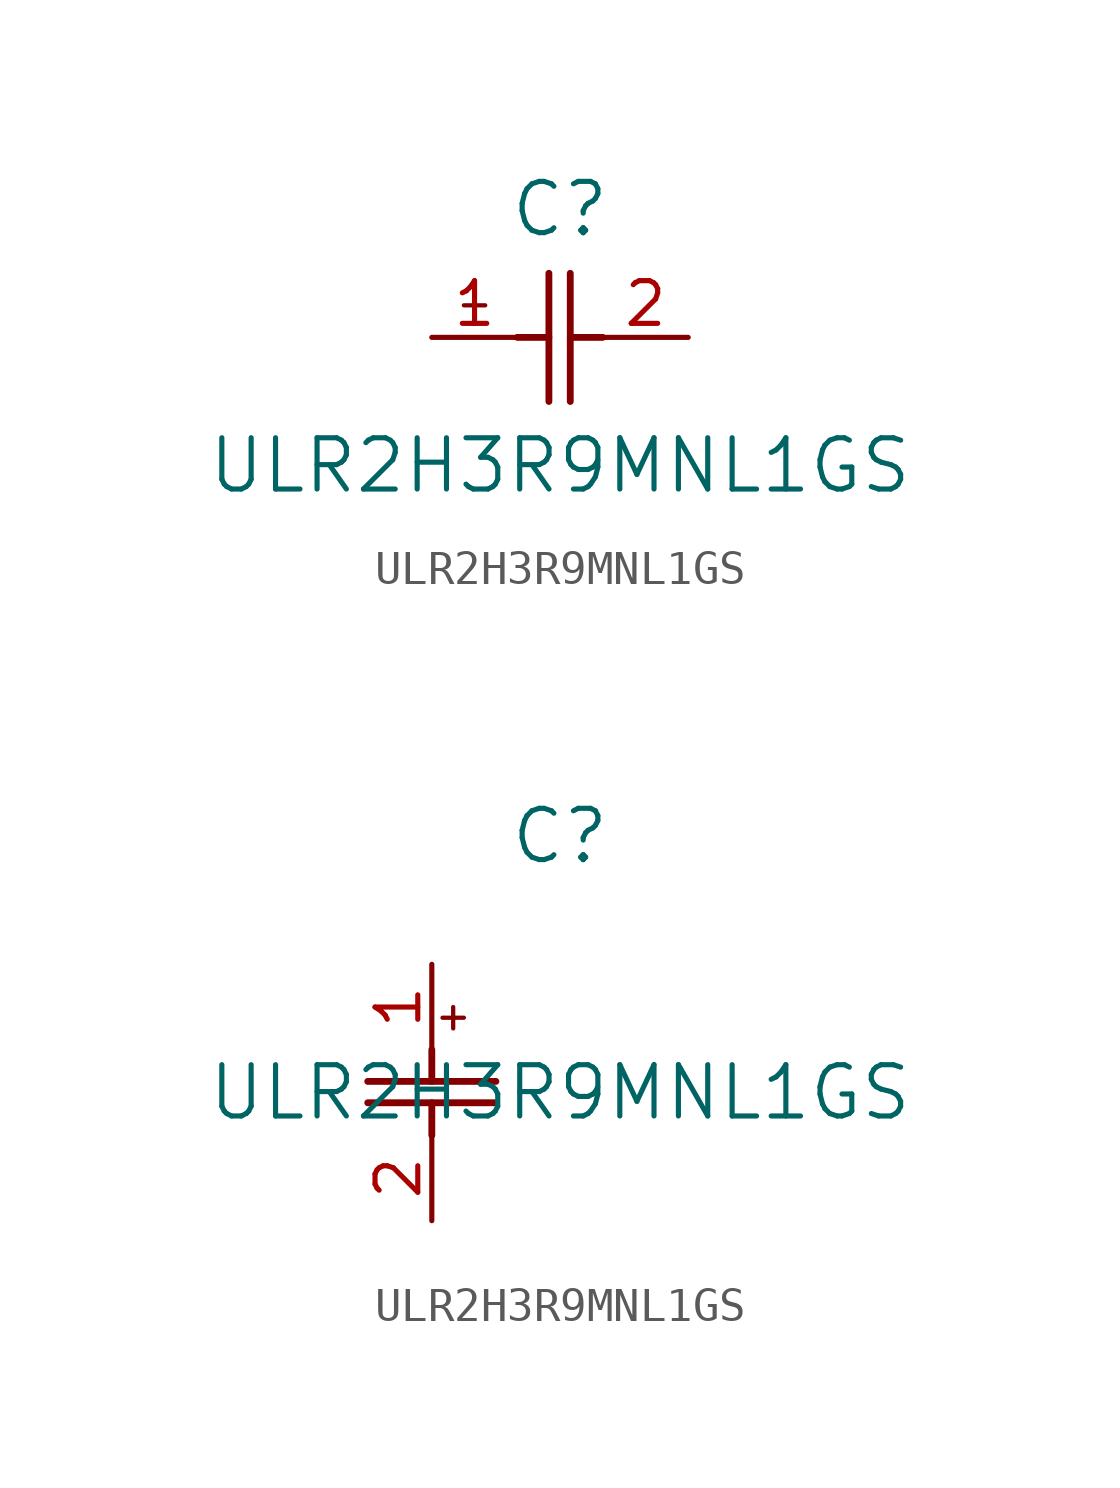
<source format=kicad_sym>
(kicad_symbol_lib
  (version 20211014)
  (generator kicad_symbol_editor)
  (symbol "ULR2H3R9MNL1GS"
    (pin_names
      (offset 0.254))
    (property "Reference" "C"
      (at 3.81 3.81 0)
      (effects (font (size 1.524 1.524))))
    (property "Value" "ULR2H3R9MNL1GS"
      (at 3.81 -3.81 0)
      (effects (font (size 1.524 1.524))))
    (symbol "ULR2H3R9MNL1GS_1_1"
      (polyline (pts (xy 3.48 -1.905) (xy 3.48 1.905)) (stroke (width 0.203) (type default) (color 0 0 0 0)) (fill (type none)))
      (polyline (pts (xy 4.115 -1.905) (xy 4.115 1.905)) (stroke (width 0.203) (type default) (color 0 0 0 0)) (fill (type none)))
      (polyline (pts (xy 4.115 0) (xy 5.08 0)) (stroke (width 0.203) (type default) (color 0 0 0 0)) (fill (type none)))
      (polyline (pts (xy 2.54 0) (xy 3.48 0)) (stroke (width 0.203) (type default) (color 0 0 0 0)) (fill (type none)))
      (polyline (pts (xy 1.27 1.27) (xy 1.27 0.635)) (stroke (width 0.127) (type default) (color 0 0 0 0)) (fill (type none)))
      (polyline (pts (xy 0.953 0.953) (xy 1.587 0.953)) (stroke (width 0.127) (type default) (color 0 0 0 0)) (fill (type none)))
      (pin unspecified line (at 0 0 0) (length 2.54) (name "" (effects (font (size 1.27 1.27)))) (number "1" (effects (font (size 1.27 1.27)))))
      (pin unspecified line (at 7.62 0 180) (length 2.54) (name "" (effects (font (size 1.27 1.27)))) (number "2" (effects (font (size 1.27 1.27))))))
    (symbol "ULR2H3R9MNL1GS_1_2"
      (polyline (pts (xy -1.905 -3.48) (xy 1.905 -3.48)) (stroke (width 0.203) (type default) (color 0 0 0 0)) (fill (type none)))
      (polyline (pts (xy -1.905 -4.115) (xy 1.905 -4.115)) (stroke (width 0.203) (type default) (color 0 0 0 0)) (fill (type none)))
      (polyline (pts (xy 0 -4.115) (xy 0 -5.08)) (stroke (width 0.203) (type default) (color 0 0 0 0)) (fill (type none)))
      (polyline (pts (xy 0 -2.54) (xy 0 -3.48)) (stroke (width 0.203) (type default) (color 0 0 0 0)) (fill (type none)))
      (polyline (pts (xy 0.635 -1.27) (xy 0.635 -1.905)) (stroke (width 0.127) (type default) (color 0 0 0 0)) (fill (type none)))
      (polyline (pts (xy 0.318 -1.587) (xy 0.953 -1.587)) (stroke (width 0.127) (type default) (color 0 0 0 0)) (fill (type none)))
      (pin unspecified line (at 0 0 270) (length 2.54) (name "" (effects (font (size 1.27 1.27)))) (number "1" (effects (font (size 1.27 1.27)))))
      (pin unspecified line (at 0 -7.62 90) (length 2.54) (name "" (effects (font (size 1.27 1.27)))) (number "2" (effects (font (size 1.27 1.27))))))))
</source>
